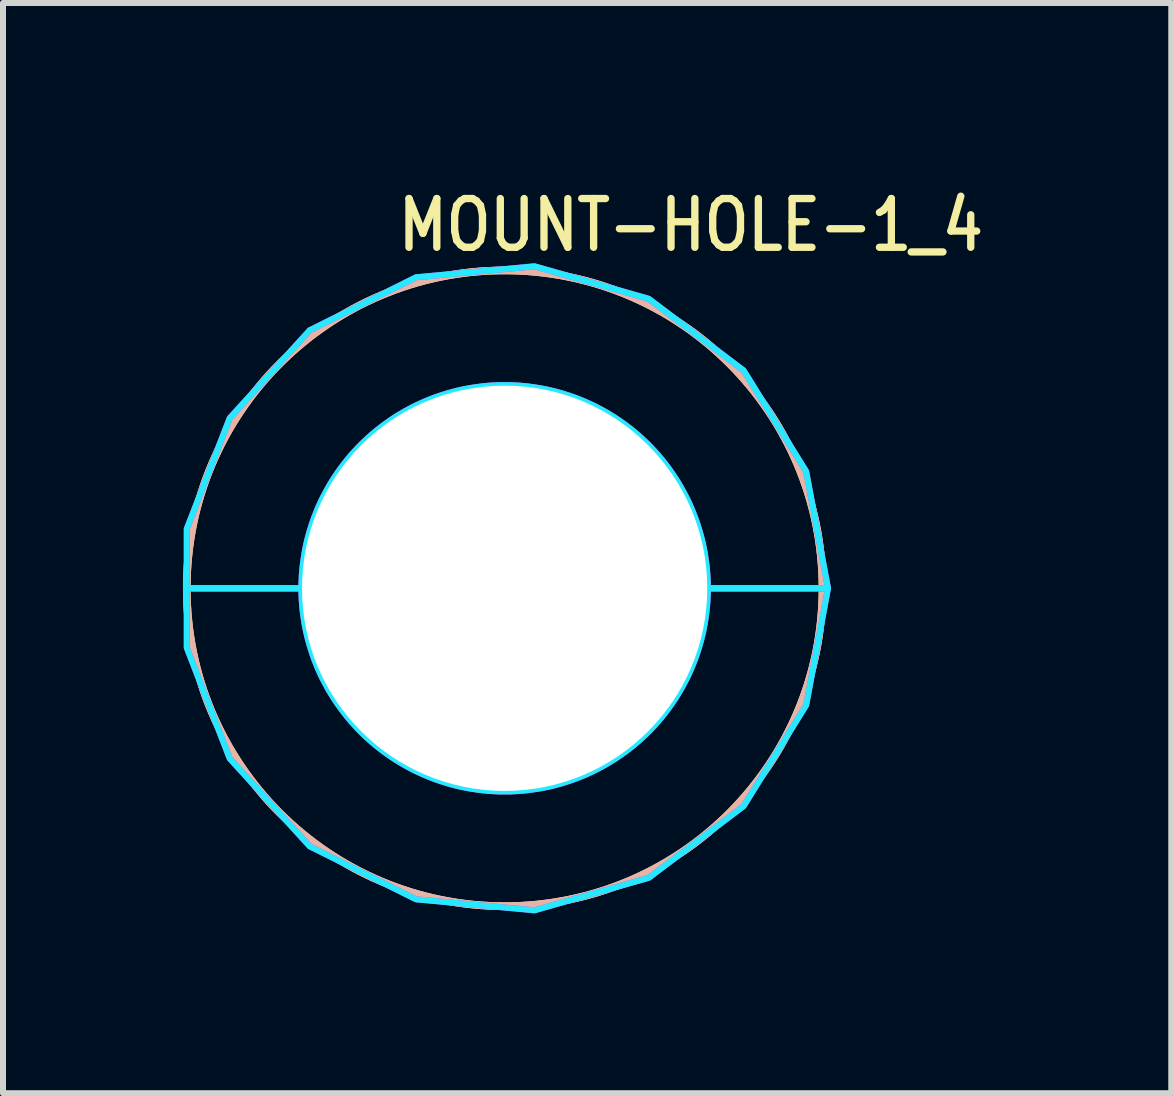
<source format=kicad_pcb>
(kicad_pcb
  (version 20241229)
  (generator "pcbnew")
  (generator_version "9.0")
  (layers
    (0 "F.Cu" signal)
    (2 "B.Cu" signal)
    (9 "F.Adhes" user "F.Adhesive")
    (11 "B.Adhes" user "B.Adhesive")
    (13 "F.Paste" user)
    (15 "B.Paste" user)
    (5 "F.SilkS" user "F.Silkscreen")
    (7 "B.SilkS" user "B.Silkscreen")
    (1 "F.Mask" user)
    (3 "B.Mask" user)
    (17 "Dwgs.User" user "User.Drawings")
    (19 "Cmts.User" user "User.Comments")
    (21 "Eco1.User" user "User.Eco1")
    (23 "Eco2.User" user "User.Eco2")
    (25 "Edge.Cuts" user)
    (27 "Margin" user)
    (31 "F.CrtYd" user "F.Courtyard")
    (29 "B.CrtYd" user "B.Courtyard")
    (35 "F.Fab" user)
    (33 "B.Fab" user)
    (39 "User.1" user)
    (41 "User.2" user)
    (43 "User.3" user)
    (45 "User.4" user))
  (footprint "MOUNT-HOLE-1_4"
    (layer "F.Cu")
    (at 5.364 6.759)
    (property "Reference" "MOUNT-HOLE-1_4" (at -1.84 -5.58 0) (unlocked yes) (layer "F.SilkS") (effects (font (size 0.813 0.695) (thickness 0.122)) (justify left bottom)))
    (fp_circle (center 0 0) (end 5.067 0) (stroke (width 0) (type solid)) (fill yes) (layer "F.Mask"))
    (fp_circle (center 0 0) (end 5.3 0) (stroke (width 0) (type solid)) (fill yes) (layer "F.Mask"))
    (fp_circle (center 0 0) (end 5.3 0) (stroke (width 0) (type solid)) (fill yes) (layer "F.Mask"))
    (fp_circle (center 0 0) (end 5.067 0) (stroke (width 0) (type solid)) (fill yes) (layer "B.Mask"))
    (fp_circle (center 0 0) (end 5.3 0) (stroke (width 0) (type solid)) (fill yes) (layer "B.Mask"))
    (fp_circle (center 0 0) (end 5.3 0) (stroke (width 0.127) (type solid)) (fill no) (layer "F.SilkS"))
    (fp_circle (center 0 0) (end 5.3 0) (stroke (width 0.127) (type solid)) (fill no) (layer "B.SilkS"))
    (fp_poly (pts (xy -5.3 0) (xy -5.3 -0.991) (xy -4.584 -2.838) (xy -3.249 -4.303) (xy -1.476 -5.186) (xy 0.497 -5.369) (xy 2.403 -4.827) (xy 3.985 -3.632) (xy 5.028 -1.948) (xy 5.392 0) (xy 3.388 0) (xy 3.388 -0.000078) (xy 3.388 -0.053) (xy 3.388 -0.053) (xy 3.387 -0.106) (xy 3.387 -0.107) (xy 3.384 -0.16) (xy 3.384 -0.16) (xy 3.382 -0.213) (xy 3.382 -0.213) (xy 3.378 -0.266) (xy 3.378 -0.266) (xy 3.373 -0.319) (xy 3.373 -0.319) (xy 3.368 -0.372) (xy 3.368 -0.372) (xy 3.361 -0.425) (xy 3.361 -0.425) (xy 3.354 -0.477) (xy 3.354 -0.477) (xy 3.346 -0.53) (xy 3.346 -0.53) (xy 3.338 -0.582) (xy 3.338 -0.583) (xy 3.328 -0.635) (xy 3.328 -0.635) (xy 3.318 -0.687) (xy 3.318 -0.687) (xy 3.307 -0.739) (xy 3.307 -0.739) (xy 3.295 -0.791) (xy 3.295 -0.791) (xy 3.282 -0.843) (xy 3.282 -0.843) (xy 3.268 -0.894) (xy 3.268 -0.894) (xy 3.254 -0.945) (xy 3.254 -0.945) (xy 3.238 -0.996) (xy 3.238 -0.996) (xy 3.222 -1.047) (xy 3.222 -1.047) (xy 3.206 -1.097) (xy 3.205 -1.098) (xy 3.188 -1.148) (xy 3.188 -1.148) (xy 3.17 -1.198) (xy 3.169 -1.198) (xy 3.15 -1.247) (xy 3.15 -1.247) (xy 3.13 -1.297) (xy 3.13 -1.297) (xy 3.11 -1.346) (xy 3.11 -1.346) (xy 3.088 -1.394) (xy 3.088 -1.394) (xy 3.066 -1.443) (xy 3.066 -1.443) (xy 3.043 -1.491) (xy 3.043 -1.491) (xy 3.019 -1.538) (xy 3.019 -1.538) (xy 2.994 -1.585) (xy 2.994 -1.586) (xy 2.969 -1.632) (xy 2.969 -1.632) (xy 2.943 -1.679) (xy 2.943 -1.679) (xy 2.916 -1.725) (xy 2.916 -1.725) (xy 2.889 -1.77) (xy 2.889 -1.77) (xy 2.861 -1.815) (xy 2.861 -1.816) (xy 2.832 -1.86) (xy 2.832 -1.86) (xy 2.802 -1.904) (xy 2.802 -1.905) (xy 2.772 -1.948) (xy 2.772 -1.948) (xy 2.741 -1.991) (xy 2.741 -1.992) (xy 2.71 -2.034) (xy 2.709 -2.034) (xy 2.677 -2.077) (xy 2.677 -2.077) (xy 2.644 -2.118) (xy 2.644 -2.119) (xy 2.611 -2.16) (xy 2.611 -2.16) (xy 2.576 -2.2) (xy 2.576 -2.201) (xy 2.542 -2.241) (xy 2.541 -2.241) (xy 2.506 -2.28) (xy 2.506 -2.28) (xy 2.47 -2.319) (xy 2.47 -2.319) (xy 2.433 -2.358) (xy 2.433 -2.358) (xy 2.396 -2.396) (xy 2.396 -2.396) (xy 2.358 -2.433) (xy 2.358 -2.433) (xy 2.319 -2.47) (xy 2.319 -2.47) (xy 2.28 -2.506) (xy 2.28 -2.506) (xy 2.241 -2.541) (xy 2.241 -2.542) (xy 2.201 -2.576) (xy 2.2 -2.576) (xy 2.16 -2.611) (xy 2.16 -2.611) (xy 2.119 -2.644) (xy 2.118 -2.644) (xy 2.077 -2.677) (xy 2.077 -2.677) (xy 2.034 -2.709) (xy 2.034 -2.71) (xy 1.992 -2.741) (xy 1.991 -2.741) (xy 1.948 -2.772) (xy 1.948 -2.772) (xy 1.905 -2.802) (xy 1.904 -2.802) (xy 1.86 -2.832) (xy 1.86 -2.832) (xy 1.816 -2.861) (xy 1.815 -2.861) (xy 1.77 -2.889) (xy 1.77 -2.889) (xy 1.725 -2.916) (xy 1.725 -2.916) (xy 1.679 -2.943) (xy 1.679 -2.943) (xy 1.632 -2.969) (xy 1.632 -2.969) (xy 1.586 -2.994) (xy 1.585 -2.994) (xy 1.538 -3.019) (xy 1.538 -3.019) (xy 1.491 -3.043) (xy 1.491 -3.043) (xy 1.443 -3.066) (xy 1.443 -3.066) (xy 1.394 -3.088) (xy 1.394 -3.088) (xy 1.346 -3.11) (xy 1.346 -3.11) (xy 1.297 -3.13) (xy 1.297 -3.13) (xy 1.247 -3.15) (xy 1.247 -3.15) (xy 1.198 -3.169) (xy 1.198 -3.17) (xy 1.148 -3.188) (xy 1.148 -3.188) (xy 1.098 -3.205) (xy 1.097 -3.206) (xy 1.047 -3.222) (xy 1.047 -3.222) (xy 0.996 -3.238) (xy 0.996 -3.238) (xy 0.945 -3.254) (xy 0.945 -3.254) (xy 0.894 -3.268) (xy 0.894 -3.268) (xy 0.843 -3.282) (xy 0.843 -3.282) (xy 0.791 -3.295) (xy 0.791 -3.295) (xy 0.739 -3.307) (xy 0.739 -3.307) (xy 0.687 -3.318) (xy 0.687 -3.318) (xy 0.635 -3.328) (xy 0.635 -3.328) (xy 0.583 -3.338) (xy 0.582 -3.338) (xy 0.53 -3.346) (xy 0.53 -3.346) (xy 0.477 -3.354) (xy 0.477 -3.354) (xy 0.425 -3.361) (xy 0.425 -3.361) (xy 0.372 -3.368) (xy 0.372 -3.368) (xy 0.319 -3.373) (xy 0.319 -3.373) (xy 0.266 -3.378) (xy 0.266 -3.378) (xy 0.213 -3.382) (xy 0.213 -3.382) (xy 0.16 -3.384) (xy 0.16 -3.384) (xy 0.107 -3.387) (xy 0.106 -3.387) (xy 0.053 -3.388) (xy 0.053 -3.388) (xy 0.000078 -3.388) (xy -0.000078 -3.388) (xy -0.053 -3.388) (xy -0.053 -3.388) (xy -0.106 -3.387) (xy -0.107 -3.387) (xy -0.16 -3.384) (xy -0.16 -3.384) (xy -0.213 -3.382) (xy -0.213 -3.382) (xy -0.266 -3.378) (xy -0.266 -3.378) (xy -0.319 -3.373) (xy -0.319 -3.373) (xy -0.372 -3.368) (xy -0.372 -3.368) (xy -0.425 -3.361) (xy -0.425 -3.361) (xy -0.477 -3.354) (xy -0.477 -3.354) (xy -0.53 -3.346) (xy -0.53 -3.346) (xy -0.582 -3.338) (xy -0.583 -3.338) (xy -0.635 -3.328) (xy -0.635 -3.328) (xy -0.687 -3.318) (xy -0.687 -3.318) (xy -0.739 -3.307) (xy -0.739 -3.307) (xy -0.791 -3.295) (xy -0.791 -3.295) (xy -0.843 -3.282) (xy -0.843 -3.282) (xy -0.894 -3.268) (xy -0.894 -3.268) (xy -0.945 -3.254) (xy -0.945 -3.254) (xy -0.996 -3.238) (xy -0.996 -3.238) (xy -1.047 -3.222) (xy -1.047 -3.222) (xy -1.097 -3.206) (xy -1.098 -3.205) (xy -1.148 -3.188) (xy -1.148 -3.188) (xy -1.198 -3.17) (xy -1.198 -3.169) (xy -1.247 -3.15) (xy -1.247 -3.15) (xy -1.297 -3.13) (xy -1.297 -3.13) (xy -1.346 -3.11) (xy -1.346 -3.11) (xy -1.394 -3.088) (xy -1.394 -3.088) (xy -1.443 -3.066) (xy -1.443 -3.066) (xy -1.491 -3.043) (xy -1.491 -3.043) (xy -1.538 -3.019) (xy -1.538 -3.019) (xy -1.585 -2.994) (xy -1.586 -2.994) (xy -1.632 -2.969) (xy -1.632 -2.969) (xy -1.679 -2.943) (xy -1.679 -2.943) (xy -1.725 -2.916) (xy -1.725 -2.916) (xy -1.77 -2.889) (xy -1.77 -2.889) (xy -1.815 -2.861) (xy -1.816 -2.861) (xy -1.86 -2.832) (xy -1.86 -2.832) (xy -1.904 -2.802) (xy -1.905 -2.802) (xy -1.948 -2.772) (xy -1.948 -2.772) (xy -1.991 -2.741) (xy -1.992 -2.741) (xy -2.034 -2.71) (xy -2.034 -2.709) (xy -2.077 -2.677) (xy -2.077 -2.677) (xy -2.118 -2.644) (xy -2.119 -2.644) (xy -2.16 -2.611) (xy -2.16 -2.611) (xy -2.2 -2.576) (xy -2.201 -2.576) (xy -2.241 -2.542) (xy -2.241 -2.541) (xy -2.28 -2.506) (xy -2.28 -2.506) (xy -2.319 -2.47) (xy -2.319 -2.47) (xy -2.358 -2.433) (xy -2.358 -2.433) (xy -2.396 -2.396) (xy -2.396 -2.396) (xy -2.433 -2.358) (xy -2.433 -2.358) (xy -2.47 -2.319) (xy -2.47 -2.319) (xy -2.506 -2.28) (xy -2.506 -2.28) (xy -2.541 -2.241) (xy -2.542 -2.241) (xy -2.576 -2.201) (xy -2.576 -2.2) (xy -2.611 -2.16) (xy -2.611 -2.16) (xy -2.644 -2.119) (xy -2.644 -2.118) (xy -2.677 -2.077) (xy -2.677 -2.077) (xy -2.709 -2.034) (xy -2.71 -2.034) (xy -2.741 -1.992) (xy -2.741 -1.991) (xy -2.772 -1.948) (xy -2.772 -1.948) (xy -2.802 -1.905) (xy -2.802 -1.904) (xy -2.832 -1.86) (xy -2.832 -1.86) (xy -2.861 -1.816) (xy -2.861 -1.815) (xy -2.889 -1.77) (xy -2.889 -1.77) (xy -2.916 -1.725) (xy -2.916 -1.725) (xy -2.943 -1.679) (xy -2.943 -1.679) (xy -2.969 -1.632) (xy -2.969 -1.632) (xy -2.994 -1.586) (xy -2.994 -1.585) (xy -3.019 -1.538) (xy -3.019 -1.538) (xy -3.043 -1.491) (xy -3.043 -1.491) (xy -3.066 -1.443) (xy -3.066 -1.443) (xy -3.088 -1.394) (xy -3.088 -1.394) (xy -3.11 -1.346) (xy -3.11 -1.346) (xy -3.13 -1.297) (xy -3.13 -1.297) (xy -3.15 -1.247) (xy -3.15 -1.247) (xy -3.169 -1.198) (xy -3.17 -1.198) (xy -3.188 -1.148) (xy -3.188 -1.148) (xy -3.205 -1.098) (xy -3.206 -1.097) (xy -3.222 -1.047) (xy -3.222 -1.047) (xy -3.238 -0.996) (xy -3.238 -0.996) (xy -3.254 -0.945) (xy -3.254 -0.945) (xy -3.268 -0.894) (xy -3.268 -0.894) (xy -3.282 -0.843) (xy -3.282 -0.843) (xy -3.295 -0.791) (xy -3.295 -0.791) (xy -3.307 -0.739) (xy -3.307 -0.739) (xy -3.318 -0.687) (xy -3.318 -0.687) (xy -3.328 -0.635) (xy -3.328 -0.635) (xy -3.338 -0.583) (xy -3.338 -0.582) (xy -3.346 -0.53) (xy -3.346 -0.53) (xy -3.354 -0.477) (xy -3.354 -0.477) (xy -3.361 -0.425) (xy -3.361 -0.425) (xy -3.368 -0.372) (xy -3.368 -0.372) (xy -3.373 -0.319) (xy -3.373 -0.319) (xy -3.378 -0.266) (xy -3.378 -0.266) (xy -3.382 -0.213) (xy -3.382 -0.213) (xy -3.384 -0.16) (xy -3.384 -0.16) (xy -3.387 -0.107) (xy -3.387 -0.106) (xy -3.388 -0.053) (xy -3.388 -0.053) (xy -3.388 -0.000078) (xy -3.388 0)) (stroke (width 0.1) (type solid)) (fill no) (layer "B.CrtYd"))
    (fp_poly (pts (xy 5.028 1.948) (xy 3.985 3.632) (xy 2.403 4.827) (xy 0.497 5.369) (xy -1.476 5.186) (xy -3.249 4.303) (xy -4.584 2.838) (xy -5.3 0.991) (xy -5.3 0) (xy -3.388 0) (xy -3.388 0.000078) (xy -3.388 0.053) (xy -3.388 0.053) (xy -3.387 0.106) (xy -3.387 0.107) (xy -3.384 0.16) (xy -3.384 0.16) (xy -3.382 0.213) (xy -3.382 0.213) (xy -3.378 0.266) (xy -3.378 0.266) (xy -3.373 0.319) (xy -3.373 0.319) (xy -3.368 0.372) (xy -3.368 0.372) (xy -3.361 0.425) (xy -3.361 0.425) (xy -3.354 0.477) (xy -3.354 0.477) (xy -3.346 0.53) (xy -3.346 0.53) (xy -3.338 0.582) (xy -3.338 0.583) (xy -3.328 0.635) (xy -3.328 0.635) (xy -3.318 0.687) (xy -3.318 0.687) (xy -3.307 0.739) (xy -3.307 0.739) (xy -3.295 0.791) (xy -3.295 0.791) (xy -3.282 0.843) (xy -3.282 0.843) (xy -3.268 0.894) (xy -3.268 0.894) (xy -3.254 0.945) (xy -3.254 0.945) (xy -3.238 0.996) (xy -3.238 0.996) (xy -3.222 1.047) (xy -3.222 1.047) (xy -3.206 1.097) (xy -3.205 1.098) (xy -3.188 1.148) (xy -3.188 1.148) (xy -3.17 1.198) (xy -3.169 1.198) (xy -3.15 1.247) (xy -3.15 1.247) (xy -3.13 1.297) (xy -3.13 1.297) (xy -3.11 1.346) (xy -3.11 1.346) (xy -3.088 1.394) (xy -3.088 1.394) (xy -3.066 1.443) (xy -3.066 1.443) (xy -3.043 1.491) (xy -3.043 1.491) (xy -3.019 1.538) (xy -3.019 1.538) (xy -2.994 1.585) (xy -2.994 1.586) (xy -2.969 1.632) (xy -2.969 1.632) (xy -2.943 1.679) (xy -2.943 1.679) (xy -2.916 1.725) (xy -2.916 1.725) (xy -2.889 1.77) (xy -2.889 1.77) (xy -2.861 1.815) (xy -2.861 1.816) (xy -2.832 1.86) (xy -2.832 1.86) (xy -2.802 1.904) (xy -2.802 1.905) (xy -2.772 1.948) (xy -2.772 1.948) (xy -2.741 1.991) (xy -2.741 1.992) (xy -2.71 2.034) (xy -2.709 2.034) (xy -2.677 2.077) (xy -2.677 2.077) (xy -2.644 2.118) (xy -2.644 2.119) (xy -2.611 2.16) (xy -2.611 2.16) (xy -2.576 2.2) (xy -2.576 2.201) (xy -2.542 2.241) (xy -2.541 2.241) (xy -2.506 2.28) (xy -2.506 2.28) (xy -2.47 2.319) (xy -2.47 2.319) (xy -2.433 2.358) (xy -2.433 2.358) (xy -2.396 2.396) (xy -2.396 2.396) (xy -2.358 2.433) (xy -2.358 2.433) (xy -2.319 2.47) (xy -2.319 2.47) (xy -2.28 2.506) (xy -2.28 2.506) (xy -2.241 2.541) (xy -2.241 2.542) (xy -2.201 2.576) (xy -2.2 2.576) (xy -2.16 2.611) (xy -2.16 2.611) (xy -2.119 2.644) (xy -2.118 2.644) (xy -2.077 2.677) (xy -2.077 2.677) (xy -2.034 2.709) (xy -2.034 2.71) (xy -1.992 2.741) (xy -1.991 2.741) (xy -1.948 2.772) (xy -1.948 2.772) (xy -1.905 2.802) (xy -1.904 2.802) (xy -1.86 2.832) (xy -1.86 2.832) (xy -1.816 2.861) (xy -1.815 2.861) (xy -1.77 2.889) (xy -1.77 2.889) (xy -1.725 2.916) (xy -1.725 2.916) (xy -1.679 2.943) (xy -1.679 2.943) (xy -1.632 2.969) (xy -1.632 2.969) (xy -1.586 2.994) (xy -1.585 2.994) (xy -1.538 3.019) (xy -1.538 3.019) (xy -1.491 3.043) (xy -1.491 3.043) (xy -1.443 3.066) (xy -1.443 3.066) (xy -1.394 3.088) (xy -1.394 3.088) (xy -1.346 3.11) (xy -1.346 3.11) (xy -1.297 3.13) (xy -1.297 3.13) (xy -1.247 3.15) (xy -1.247 3.15) (xy -1.198 3.169) (xy -1.198 3.17) (xy -1.148 3.188) (xy -1.148 3.188) (xy -1.098 3.205) (xy -1.097 3.206) (xy -1.047 3.222) (xy -1.047 3.222) (xy -0.996 3.238) (xy -0.996 3.238) (xy -0.945 3.254) (xy -0.945 3.254) (xy -0.894 3.268) (xy -0.894 3.268) (xy -0.843 3.282) (xy -0.843 3.282) (xy -0.791 3.295) (xy -0.791 3.295) (xy -0.739 3.307) (xy -0.739 3.307) (xy -0.687 3.318) (xy -0.687 3.318) (xy -0.635 3.328) (xy -0.635 3.328) (xy -0.583 3.338) (xy -0.582 3.338) (xy -0.53 3.346) (xy -0.53 3.346) (xy -0.477 3.354) (xy -0.477 3.354) (xy -0.425 3.361) (xy -0.425 3.361) (xy -0.372 3.368) (xy -0.372 3.368) (xy -0.319 3.373) (xy -0.319 3.373) (xy -0.266 3.378) (xy -0.266 3.378) (xy -0.213 3.382) (xy -0.213 3.382) (xy -0.16 3.384) (xy -0.16 3.384) (xy -0.107 3.387) (xy -0.106 3.387) (xy -0.053 3.388) (xy -0.053 3.388) (xy -0.000078 3.388) (xy 0.000078 3.388) (xy 0.053 3.388) (xy 0.053 3.388) (xy 0.106 3.387) (xy 0.107 3.387) (xy 0.16 3.384) (xy 0.16 3.384) (xy 0.213 3.382) (xy 0.213 3.382) (xy 0.266 3.378) (xy 0.266 3.378) (xy 0.319 3.373) (xy 0.319 3.373) (xy 0.372 3.368) (xy 0.372 3.368) (xy 0.425 3.361) (xy 0.425 3.361) (xy 0.477 3.354) (xy 0.477 3.354) (xy 0.53 3.346) (xy 0.53 3.346) (xy 0.582 3.338) (xy 0.583 3.338) (xy 0.635 3.328) (xy 0.635 3.328) (xy 0.687 3.318) (xy 0.687 3.318) (xy 0.739 3.307) (xy 0.739 3.307) (xy 0.791 3.295) (xy 0.791 3.295) (xy 0.843 3.282) (xy 0.843 3.282) (xy 0.894 3.268) (xy 0.894 3.268) (xy 0.945 3.254) (xy 0.945 3.254) (xy 0.996 3.238) (xy 0.996 3.238) (xy 1.047 3.222) (xy 1.047 3.222) (xy 1.097 3.206) (xy 1.098 3.205) (xy 1.148 3.188) (xy 1.148 3.188) (xy 1.198 3.17) (xy 1.198 3.169) (xy 1.247 3.15) (xy 1.247 3.15) (xy 1.297 3.13) (xy 1.297 3.13) (xy 1.346 3.11) (xy 1.346 3.11) (xy 1.394 3.088) (xy 1.394 3.088) (xy 1.443 3.066) (xy 1.443 3.066) (xy 1.491 3.043) (xy 1.491 3.043) (xy 1.538 3.019) (xy 1.538 3.019) (xy 1.585 2.994) (xy 1.586 2.994) (xy 1.632 2.969) (xy 1.632 2.969) (xy 1.679 2.943) (xy 1.679 2.943) (xy 1.725 2.916) (xy 1.725 2.916) (xy 1.77 2.889) (xy 1.77 2.889) (xy 1.815 2.861) (xy 1.816 2.861) (xy 1.86 2.832) (xy 1.86 2.832) (xy 1.904 2.802) (xy 1.905 2.802) (xy 1.948 2.772) (xy 1.948 2.772) (xy 1.991 2.741) (xy 1.992 2.741) (xy 2.034 2.71) (xy 2.034 2.709) (xy 2.077 2.677) (xy 2.077 2.677) (xy 2.118 2.644) (xy 2.119 2.644) (xy 2.16 2.611) (xy 2.16 2.611) (xy 2.2 2.576) (xy 2.201 2.576) (xy 2.241 2.542) (xy 2.241 2.541) (xy 2.28 2.506) (xy 2.28 2.506) (xy 2.319 2.47) (xy 2.319 2.47) (xy 2.358 2.433) (xy 2.358 2.433) (xy 2.396 2.396) (xy 2.396 2.396) (xy 2.433 2.358) (xy 2.433 2.358) (xy 2.47 2.319) (xy 2.47 2.319) (xy 2.506 2.28) (xy 2.506 2.28) (xy 2.541 2.241) (xy 2.542 2.241) (xy 2.576 2.201) (xy 2.576 2.2) (xy 2.611 2.16) (xy 2.611 2.16) (xy 2.644 2.119) (xy 2.644 2.118) (xy 2.677 2.077) (xy 2.677 2.077) (xy 2.709 2.034) (xy 2.71 2.034) (xy 2.741 1.992) (xy 2.741 1.991) (xy 2.772 1.948) (xy 2.772 1.948) (xy 2.802 1.905) (xy 2.802 1.904) (xy 2.832 1.86) (xy 2.832 1.86) (xy 2.861 1.816) (xy 2.861 1.815) (xy 2.889 1.77) (xy 2.889 1.77) (xy 2.916 1.725) (xy 2.916 1.725) (xy 2.943 1.679) (xy 2.943 1.679) (xy 2.969 1.632) (xy 2.969 1.632) (xy 2.994 1.586) (xy 2.994 1.585) (xy 3.019 1.538) (xy 3.019 1.538) (xy 3.043 1.491) (xy 3.043 1.491) (xy 3.066 1.443) (xy 3.066 1.443) (xy 3.088 1.394) (xy 3.088 1.394) (xy 3.11 1.346) (xy 3.11 1.346) (xy 3.13 1.297) (xy 3.13 1.297) (xy 3.15 1.247) (xy 3.15 1.247) (xy 3.169 1.198) (xy 3.17 1.198) (xy 3.188 1.148) (xy 3.188 1.148) (xy 3.205 1.098) (xy 3.206 1.097) (xy 3.222 1.047) (xy 3.222 1.047) (xy 3.238 0.996) (xy 3.238 0.996) (xy 3.254 0.945) (xy 3.254 0.945) (xy 3.268 0.894) (xy 3.268 0.894) (xy 3.282 0.843) (xy 3.282 0.843) (xy 3.295 0.791) (xy 3.295 0.791) (xy 3.307 0.739) (xy 3.307 0.739) (xy 3.318 0.687) (xy 3.318 0.687) (xy 3.328 0.635) (xy 3.328 0.635) (xy 3.338 0.583) (xy 3.338 0.582) (xy 3.346 0.53) (xy 3.346 0.53) (xy 3.354 0.477) (xy 3.354 0.477) (xy 3.361 0.425) (xy 3.361 0.425) (xy 3.368 0.372) (xy 3.368 0.372) (xy 3.373 0.319) (xy 3.373 0.319) (xy 3.378 0.266) (xy 3.378 0.266) (xy 3.382 0.213) (xy 3.382 0.213) (xy 3.384 0.16) (xy 3.384 0.16) (xy 3.387 0.107) (xy 3.387 0.106) (xy 3.388 0.053) (xy 3.388 0.053) (xy 3.388 0.000078) (xy 3.388 0) (xy 5.392 0)) (stroke (width 0.1) (type solid)) (fill no) (layer "B.CrtYd"))
    (fp_poly (pts (xy -5.3 0) (xy -5.3 -0.991) (xy -4.584 -2.838) (xy -3.249 -4.303) (xy -1.476 -5.186) (xy 0.497 -5.369) (xy 2.403 -4.827) (xy 3.985 -3.632) (xy 5.028 -1.948) (xy 5.392 0) (xy 3.388 0) (xy 3.388 -0.000078) (xy 3.388 -0.053) (xy 3.388 -0.053) (xy 3.387 -0.106) (xy 3.387 -0.107) (xy 3.384 -0.16) (xy 3.384 -0.16) (xy 3.382 -0.213) (xy 3.382 -0.213) (xy 3.378 -0.266) (xy 3.378 -0.266) (xy 3.373 -0.319) (xy 3.373 -0.319) (xy 3.368 -0.372) (xy 3.368 -0.372) (xy 3.361 -0.425) (xy 3.361 -0.425) (xy 3.354 -0.477) (xy 3.354 -0.477) (xy 3.346 -0.53) (xy 3.346 -0.53) (xy 3.338 -0.582) (xy 3.338 -0.583) (xy 3.328 -0.635) (xy 3.328 -0.635) (xy 3.318 -0.687) (xy 3.318 -0.687) (xy 3.307 -0.739) (xy 3.307 -0.739) (xy 3.295 -0.791) (xy 3.295 -0.791) (xy 3.282 -0.843) (xy 3.282 -0.843) (xy 3.268 -0.894) (xy 3.268 -0.894) (xy 3.254 -0.945) (xy 3.254 -0.945) (xy 3.238 -0.996) (xy 3.238 -0.996) (xy 3.222 -1.047) (xy 3.222 -1.047) (xy 3.206 -1.097) (xy 3.205 -1.098) (xy 3.188 -1.148) (xy 3.188 -1.148) (xy 3.17 -1.198) (xy 3.169 -1.198) (xy 3.15 -1.247) (xy 3.15 -1.247) (xy 3.13 -1.297) (xy 3.13 -1.297) (xy 3.11 -1.346) (xy 3.11 -1.346) (xy 3.088 -1.394) (xy 3.088 -1.394) (xy 3.066 -1.443) (xy 3.066 -1.443) (xy 3.043 -1.491) (xy 3.043 -1.491) (xy 3.019 -1.538) (xy 3.019 -1.538) (xy 2.994 -1.585) (xy 2.994 -1.586) (xy 2.969 -1.632) (xy 2.969 -1.632) (xy 2.943 -1.679) (xy 2.943 -1.679) (xy 2.916 -1.725) (xy 2.916 -1.725) (xy 2.889 -1.77) (xy 2.889 -1.77) (xy 2.861 -1.815) (xy 2.861 -1.816) (xy 2.832 -1.86) (xy 2.832 -1.86) (xy 2.802 -1.904) (xy 2.802 -1.905) (xy 2.772 -1.948) (xy 2.772 -1.948) (xy 2.741 -1.991) (xy 2.741 -1.992) (xy 2.71 -2.034) (xy 2.709 -2.034) (xy 2.677 -2.077) (xy 2.677 -2.077) (xy 2.644 -2.118) (xy 2.644 -2.119) (xy 2.611 -2.16) (xy 2.611 -2.16) (xy 2.576 -2.2) (xy 2.576 -2.201) (xy 2.542 -2.241) (xy 2.541 -2.241) (xy 2.506 -2.28) (xy 2.506 -2.28) (xy 2.47 -2.319) (xy 2.47 -2.319) (xy 2.433 -2.358) (xy 2.433 -2.358) (xy 2.396 -2.396) (xy 2.396 -2.396) (xy 2.358 -2.433) (xy 2.358 -2.433) (xy 2.319 -2.47) (xy 2.319 -2.47) (xy 2.28 -2.506) (xy 2.28 -2.506) (xy 2.241 -2.541) (xy 2.241 -2.542) (xy 2.201 -2.576) (xy 2.2 -2.576) (xy 2.16 -2.611) (xy 2.16 -2.611) (xy 2.119 -2.644) (xy 2.118 -2.644) (xy 2.077 -2.677) (xy 2.077 -2.677) (xy 2.034 -2.709) (xy 2.034 -2.71) (xy 1.992 -2.741) (xy 1.991 -2.741) (xy 1.948 -2.772) (xy 1.948 -2.772) (xy 1.905 -2.802) (xy 1.904 -2.802) (xy 1.86 -2.832) (xy 1.86 -2.832) (xy 1.816 -2.861) (xy 1.815 -2.861) (xy 1.77 -2.889) (xy 1.77 -2.889) (xy 1.725 -2.916) (xy 1.725 -2.916) (xy 1.679 -2.943) (xy 1.679 -2.943) (xy 1.632 -2.969) (xy 1.632 -2.969) (xy 1.586 -2.994) (xy 1.585 -2.994) (xy 1.538 -3.019) (xy 1.538 -3.019) (xy 1.491 -3.043) (xy 1.491 -3.043) (xy 1.443 -3.066) (xy 1.443 -3.066) (xy 1.394 -3.088) (xy 1.394 -3.088) (xy 1.346 -3.11) (xy 1.346 -3.11) (xy 1.297 -3.13) (xy 1.297 -3.13) (xy 1.247 -3.15) (xy 1.247 -3.15) (xy 1.198 -3.169) (xy 1.198 -3.17) (xy 1.148 -3.188) (xy 1.148 -3.188) (xy 1.098 -3.205) (xy 1.097 -3.206) (xy 1.047 -3.222) (xy 1.047 -3.222) (xy 0.996 -3.238) (xy 0.996 -3.238) (xy 0.945 -3.254) (xy 0.945 -3.254) (xy 0.894 -3.268) (xy 0.894 -3.268) (xy 0.843 -3.282) (xy 0.843 -3.282) (xy 0.791 -3.295) (xy 0.791 -3.295) (xy 0.739 -3.307) (xy 0.739 -3.307) (xy 0.687 -3.318) (xy 0.687 -3.318) (xy 0.635 -3.328) (xy 0.635 -3.328) (xy 0.583 -3.338) (xy 0.582 -3.338) (xy 0.53 -3.346) (xy 0.53 -3.346) (xy 0.477 -3.354) (xy 0.477 -3.354) (xy 0.425 -3.361) (xy 0.425 -3.361) (xy 0.372 -3.368) (xy 0.372 -3.368) (xy 0.319 -3.373) (xy 0.319 -3.373) (xy 0.266 -3.378) (xy 0.266 -3.378) (xy 0.213 -3.382) (xy 0.213 -3.382) (xy 0.16 -3.384) (xy 0.16 -3.384) (xy 0.107 -3.387) (xy 0.106 -3.387) (xy 0.053 -3.388) (xy 0.053 -3.388) (xy 0.000078 -3.388) (xy -0.000078 -3.388) (xy -0.053 -3.388) (xy -0.053 -3.388) (xy -0.106 -3.387) (xy -0.107 -3.387) (xy -0.16 -3.384) (xy -0.16 -3.384) (xy -0.213 -3.382) (xy -0.213 -3.382) (xy -0.266 -3.378) (xy -0.266 -3.378) (xy -0.319 -3.373) (xy -0.319 -3.373) (xy -0.372 -3.368) (xy -0.372 -3.368) (xy -0.425 -3.361) (xy -0.425 -3.361) (xy -0.477 -3.354) (xy -0.477 -3.354) (xy -0.53 -3.346) (xy -0.53 -3.346) (xy -0.582 -3.338) (xy -0.583 -3.338) (xy -0.635 -3.328) (xy -0.635 -3.328) (xy -0.687 -3.318) (xy -0.687 -3.318) (xy -0.739 -3.307) (xy -0.739 -3.307) (xy -0.791 -3.295) (xy -0.791 -3.295) (xy -0.843 -3.282) (xy -0.843 -3.282) (xy -0.894 -3.268) (xy -0.894 -3.268) (xy -0.945 -3.254) (xy -0.945 -3.254) (xy -0.996 -3.238) (xy -0.996 -3.238) (xy -1.047 -3.222) (xy -1.047 -3.222) (xy -1.097 -3.206) (xy -1.098 -3.205) (xy -1.148 -3.188) (xy -1.148 -3.188) (xy -1.198 -3.17) (xy -1.198 -3.169) (xy -1.247 -3.15) (xy -1.247 -3.15) (xy -1.297 -3.13) (xy -1.297 -3.13) (xy -1.346 -3.11) (xy -1.346 -3.11) (xy -1.394 -3.088) (xy -1.394 -3.088) (xy -1.443 -3.066) (xy -1.443 -3.066) (xy -1.491 -3.043) (xy -1.491 -3.043) (xy -1.538 -3.019) (xy -1.538 -3.019) (xy -1.585 -2.994) (xy -1.586 -2.994) (xy -1.632 -2.969) (xy -1.632 -2.969) (xy -1.679 -2.943) (xy -1.679 -2.943) (xy -1.725 -2.916) (xy -1.725 -2.916) (xy -1.77 -2.889) (xy -1.77 -2.889) (xy -1.815 -2.861) (xy -1.816 -2.861) (xy -1.86 -2.832) (xy -1.86 -2.832) (xy -1.904 -2.802) (xy -1.905 -2.802) (xy -1.948 -2.772) (xy -1.948 -2.772) (xy -1.991 -2.741) (xy -1.992 -2.741) (xy -2.034 -2.71) (xy -2.034 -2.709) (xy -2.077 -2.677) (xy -2.077 -2.677) (xy -2.118 -2.644) (xy -2.119 -2.644) (xy -2.16 -2.611) (xy -2.16 -2.611) (xy -2.2 -2.576) (xy -2.201 -2.576) (xy -2.241 -2.542) (xy -2.241 -2.541) (xy -2.28 -2.506) (xy -2.28 -2.506) (xy -2.319 -2.47) (xy -2.319 -2.47) (xy -2.358 -2.433) (xy -2.358 -2.433) (xy -2.396 -2.396) (xy -2.396 -2.396) (xy -2.433 -2.358) (xy -2.433 -2.358) (xy -2.47 -2.319) (xy -2.47 -2.319) (xy -2.506 -2.28) (xy -2.506 -2.28) (xy -2.541 -2.241) (xy -2.542 -2.241) (xy -2.576 -2.201) (xy -2.576 -2.2) (xy -2.611 -2.16) (xy -2.611 -2.16) (xy -2.644 -2.119) (xy -2.644 -2.118) (xy -2.677 -2.077) (xy -2.677 -2.077) (xy -2.709 -2.034) (xy -2.71 -2.034) (xy -2.741 -1.992) (xy -2.741 -1.991) (xy -2.772 -1.948) (xy -2.772 -1.948) (xy -2.802 -1.905) (xy -2.802 -1.904) (xy -2.832 -1.86) (xy -2.832 -1.86) (xy -2.861 -1.816) (xy -2.861 -1.815) (xy -2.889 -1.77) (xy -2.889 -1.77) (xy -2.916 -1.725) (xy -2.916 -1.725) (xy -2.943 -1.679) (xy -2.943 -1.679) (xy -2.969 -1.632) (xy -2.969 -1.632) (xy -2.994 -1.586) (xy -2.994 -1.585) (xy -3.019 -1.538) (xy -3.019 -1.538) (xy -3.043 -1.491) (xy -3.043 -1.491) (xy -3.066 -1.443) (xy -3.066 -1.443) (xy -3.088 -1.394) (xy -3.088 -1.394) (xy -3.11 -1.346) (xy -3.11 -1.346) (xy -3.13 -1.297) (xy -3.13 -1.297) (xy -3.15 -1.247) (xy -3.15 -1.247) (xy -3.169 -1.198) (xy -3.17 -1.198) (xy -3.188 -1.148) (xy -3.188 -1.148) (xy -3.205 -1.098) (xy -3.206 -1.097) (xy -3.222 -1.047) (xy -3.222 -1.047) (xy -3.238 -0.996) (xy -3.238 -0.996) (xy -3.254 -0.945) (xy -3.254 -0.945) (xy -3.268 -0.894) (xy -3.268 -0.894) (xy -3.282 -0.843) (xy -3.282 -0.843) (xy -3.295 -0.791) (xy -3.295 -0.791) (xy -3.307 -0.739) (xy -3.307 -0.739) (xy -3.318 -0.687) (xy -3.318 -0.687) (xy -3.328 -0.635) (xy -3.328 -0.635) (xy -3.338 -0.583) (xy -3.338 -0.582) (xy -3.346 -0.53) (xy -3.346 -0.53) (xy -3.354 -0.477) (xy -3.354 -0.477) (xy -3.361 -0.425) (xy -3.361 -0.425) (xy -3.368 -0.372) (xy -3.368 -0.372) (xy -3.373 -0.319) (xy -3.373 -0.319) (xy -3.378 -0.266) (xy -3.378 -0.266) (xy -3.382 -0.213) (xy -3.382 -0.213) (xy -3.384 -0.16) (xy -3.384 -0.16) (xy -3.387 -0.107) (xy -3.387 -0.106) (xy -3.388 -0.053) (xy -3.388 -0.053) (xy -3.388 -0.000078) (xy -3.388 0)) (stroke (width 0.1) (type solid)) (fill no) (layer "F.CrtYd"))
    (fp_poly (pts (xy 5.028 1.948) (xy 3.985 3.632) (xy 2.403 4.827) (xy 0.497 5.369) (xy -1.476 5.186) (xy -3.249 4.303) (xy -4.584 2.838) (xy -5.3 0.991) (xy -5.3 0) (xy -3.388 0) (xy -3.388 0.000078) (xy -3.388 0.053) (xy -3.388 0.053) (xy -3.387 0.106) (xy -3.387 0.107) (xy -3.384 0.16) (xy -3.384 0.16) (xy -3.382 0.213) (xy -3.382 0.213) (xy -3.378 0.266) (xy -3.378 0.266) (xy -3.373 0.319) (xy -3.373 0.319) (xy -3.368 0.372) (xy -3.368 0.372) (xy -3.361 0.425) (xy -3.361 0.425) (xy -3.354 0.477) (xy -3.354 0.477) (xy -3.346 0.53) (xy -3.346 0.53) (xy -3.338 0.582) (xy -3.338 0.583) (xy -3.328 0.635) (xy -3.328 0.635) (xy -3.318 0.687) (xy -3.318 0.687) (xy -3.307 0.739) (xy -3.307 0.739) (xy -3.295 0.791) (xy -3.295 0.791) (xy -3.282 0.843) (xy -3.282 0.843) (xy -3.268 0.894) (xy -3.268 0.894) (xy -3.254 0.945) (xy -3.254 0.945) (xy -3.238 0.996) (xy -3.238 0.996) (xy -3.222 1.047) (xy -3.222 1.047) (xy -3.206 1.097) (xy -3.205 1.098) (xy -3.188 1.148) (xy -3.188 1.148) (xy -3.17 1.198) (xy -3.169 1.198) (xy -3.15 1.247) (xy -3.15 1.247) (xy -3.13 1.297) (xy -3.13 1.297) (xy -3.11 1.346) (xy -3.11 1.346) (xy -3.088 1.394) (xy -3.088 1.394) (xy -3.066 1.443) (xy -3.066 1.443) (xy -3.043 1.491) (xy -3.043 1.491) (xy -3.019 1.538) (xy -3.019 1.538) (xy -2.994 1.585) (xy -2.994 1.586) (xy -2.969 1.632) (xy -2.969 1.632) (xy -2.943 1.679) (xy -2.943 1.679) (xy -2.916 1.725) (xy -2.916 1.725) (xy -2.889 1.77) (xy -2.889 1.77) (xy -2.861 1.815) (xy -2.861 1.816) (xy -2.832 1.86) (xy -2.832 1.86) (xy -2.802 1.904) (xy -2.802 1.905) (xy -2.772 1.948) (xy -2.772 1.948) (xy -2.741 1.991) (xy -2.741 1.992) (xy -2.71 2.034) (xy -2.709 2.034) (xy -2.677 2.077) (xy -2.677 2.077) (xy -2.644 2.118) (xy -2.644 2.119) (xy -2.611 2.16) (xy -2.611 2.16) (xy -2.576 2.2) (xy -2.576 2.201) (xy -2.542 2.241) (xy -2.541 2.241) (xy -2.506 2.28) (xy -2.506 2.28) (xy -2.47 2.319) (xy -2.47 2.319) (xy -2.433 2.358) (xy -2.433 2.358) (xy -2.396 2.396) (xy -2.396 2.396) (xy -2.358 2.433) (xy -2.358 2.433) (xy -2.319 2.47) (xy -2.319 2.47) (xy -2.28 2.506) (xy -2.28 2.506) (xy -2.241 2.541) (xy -2.241 2.542) (xy -2.201 2.576) (xy -2.2 2.576) (xy -2.16 2.611) (xy -2.16 2.611) (xy -2.119 2.644) (xy -2.118 2.644) (xy -2.077 2.677) (xy -2.077 2.677) (xy -2.034 2.709) (xy -2.034 2.71) (xy -1.992 2.741) (xy -1.991 2.741) (xy -1.948 2.772) (xy -1.948 2.772) (xy -1.905 2.802) (xy -1.904 2.802) (xy -1.86 2.832) (xy -1.86 2.832) (xy -1.816 2.861) (xy -1.815 2.861) (xy -1.77 2.889) (xy -1.77 2.889) (xy -1.725 2.916) (xy -1.725 2.916) (xy -1.679 2.943) (xy -1.679 2.943) (xy -1.632 2.969) (xy -1.632 2.969) (xy -1.586 2.994) (xy -1.585 2.994) (xy -1.538 3.019) (xy -1.538 3.019) (xy -1.491 3.043) (xy -1.491 3.043) (xy -1.443 3.066) (xy -1.443 3.066) (xy -1.394 3.088) (xy -1.394 3.088) (xy -1.346 3.11) (xy -1.346 3.11) (xy -1.297 3.13) (xy -1.297 3.13) (xy -1.247 3.15) (xy -1.247 3.15) (xy -1.198 3.169) (xy -1.198 3.17) (xy -1.148 3.188) (xy -1.148 3.188) (xy -1.098 3.205) (xy -1.097 3.206) (xy -1.047 3.222) (xy -1.047 3.222) (xy -0.996 3.238) (xy -0.996 3.238) (xy -0.945 3.254) (xy -0.945 3.254) (xy -0.894 3.268) (xy -0.894 3.268) (xy -0.843 3.282) (xy -0.843 3.282) (xy -0.791 3.295) (xy -0.791 3.295) (xy -0.739 3.307) (xy -0.739 3.307) (xy -0.687 3.318) (xy -0.687 3.318) (xy -0.635 3.328) (xy -0.635 3.328) (xy -0.583 3.338) (xy -0.582 3.338) (xy -0.53 3.346) (xy -0.53 3.346) (xy -0.477 3.354) (xy -0.477 3.354) (xy -0.425 3.361) (xy -0.425 3.361) (xy -0.372 3.368) (xy -0.372 3.368) (xy -0.319 3.373) (xy -0.319 3.373) (xy -0.266 3.378) (xy -0.266 3.378) (xy -0.213 3.382) (xy -0.213 3.382) (xy -0.16 3.384) (xy -0.16 3.384) (xy -0.107 3.387) (xy -0.106 3.387) (xy -0.053 3.388) (xy -0.053 3.388) (xy -0.000078 3.388) (xy 0.000078 3.388) (xy 0.053 3.388) (xy 0.053 3.388) (xy 0.106 3.387) (xy 0.107 3.387) (xy 0.16 3.384) (xy 0.16 3.384) (xy 0.213 3.382) (xy 0.213 3.382) (xy 0.266 3.378) (xy 0.266 3.378) (xy 0.319 3.373) (xy 0.319 3.373) (xy 0.372 3.368) (xy 0.372 3.368) (xy 0.425 3.361) (xy 0.425 3.361) (xy 0.477 3.354) (xy 0.477 3.354) (xy 0.53 3.346) (xy 0.53 3.346) (xy 0.582 3.338) (xy 0.583 3.338) (xy 0.635 3.328) (xy 0.635 3.328) (xy 0.687 3.318) (xy 0.687 3.318) (xy 0.739 3.307) (xy 0.739 3.307) (xy 0.791 3.295) (xy 0.791 3.295) (xy 0.843 3.282) (xy 0.843 3.282) (xy 0.894 3.268) (xy 0.894 3.268) (xy 0.945 3.254) (xy 0.945 3.254) (xy 0.996 3.238) (xy 0.996 3.238) (xy 1.047 3.222) (xy 1.047 3.222) (xy 1.097 3.206) (xy 1.098 3.205) (xy 1.148 3.188) (xy 1.148 3.188) (xy 1.198 3.17) (xy 1.198 3.169) (xy 1.247 3.15) (xy 1.247 3.15) (xy 1.297 3.13) (xy 1.297 3.13) (xy 1.346 3.11) (xy 1.346 3.11) (xy 1.394 3.088) (xy 1.394 3.088) (xy 1.443 3.066) (xy 1.443 3.066) (xy 1.491 3.043) (xy 1.491 3.043) (xy 1.538 3.019) (xy 1.538 3.019) (xy 1.585 2.994) (xy 1.586 2.994) (xy 1.632 2.969) (xy 1.632 2.969) (xy 1.679 2.943) (xy 1.679 2.943) (xy 1.725 2.916) (xy 1.725 2.916) (xy 1.77 2.889) (xy 1.77 2.889) (xy 1.815 2.861) (xy 1.816 2.861) (xy 1.86 2.832) (xy 1.86 2.832) (xy 1.904 2.802) (xy 1.905 2.802) (xy 1.948 2.772) (xy 1.948 2.772) (xy 1.991 2.741) (xy 1.992 2.741) (xy 2.034 2.71) (xy 2.034 2.709) (xy 2.077 2.677) (xy 2.077 2.677) (xy 2.118 2.644) (xy 2.119 2.644) (xy 2.16 2.611) (xy 2.16 2.611) (xy 2.2 2.576) (xy 2.201 2.576) (xy 2.241 2.542) (xy 2.241 2.541) (xy 2.28 2.506) (xy 2.28 2.506) (xy 2.319 2.47) (xy 2.319 2.47) (xy 2.358 2.433) (xy 2.358 2.433) (xy 2.396 2.396) (xy 2.396 2.396) (xy 2.433 2.358) (xy 2.433 2.358) (xy 2.47 2.319) (xy 2.47 2.319) (xy 2.506 2.28) (xy 2.506 2.28) (xy 2.541 2.241) (xy 2.542 2.241) (xy 2.576 2.201) (xy 2.576 2.2) (xy 2.611 2.16) (xy 2.611 2.16) (xy 2.644 2.119) (xy 2.644 2.118) (xy 2.677 2.077) (xy 2.677 2.077) (xy 2.709 2.034) (xy 2.71 2.034) (xy 2.741 1.992) (xy 2.741 1.991) (xy 2.772 1.948) (xy 2.772 1.948) (xy 2.802 1.905) (xy 2.802 1.904) (xy 2.832 1.86) (xy 2.832 1.86) (xy 2.861 1.816) (xy 2.861 1.815) (xy 2.889 1.77) (xy 2.889 1.77) (xy 2.916 1.725) (xy 2.916 1.725) (xy 2.943 1.679) (xy 2.943 1.679) (xy 2.969 1.632) (xy 2.969 1.632) (xy 2.994 1.586) (xy 2.994 1.585) (xy 3.019 1.538) (xy 3.019 1.538) (xy 3.043 1.491) (xy 3.043 1.491) (xy 3.066 1.443) (xy 3.066 1.443) (xy 3.088 1.394) (xy 3.088 1.394) (xy 3.11 1.346) (xy 3.11 1.346) (xy 3.13 1.297) (xy 3.13 1.297) (xy 3.15 1.247) (xy 3.15 1.247) (xy 3.169 1.198) (xy 3.17 1.198) (xy 3.188 1.148) (xy 3.188 1.148) (xy 3.205 1.098) (xy 3.206 1.097) (xy 3.222 1.047) (xy 3.222 1.047) (xy 3.238 0.996) (xy 3.238 0.996) (xy 3.254 0.945) (xy 3.254 0.945) (xy 3.268 0.894) (xy 3.268 0.894) (xy 3.282 0.843) (xy 3.282 0.843) (xy 3.295 0.791) (xy 3.295 0.791) (xy 3.307 0.739) (xy 3.307 0.739) (xy 3.318 0.687) (xy 3.318 0.687) (xy 3.328 0.635) (xy 3.328 0.635) (xy 3.338 0.583) (xy 3.338 0.582) (xy 3.346 0.53) (xy 3.346 0.53) (xy 3.354 0.477) (xy 3.354 0.477) (xy 3.361 0.425) (xy 3.361 0.425) (xy 3.368 0.372) (xy 3.368 0.372) (xy 3.373 0.319) (xy 3.373 0.319) (xy 3.378 0.266) (xy 3.378 0.266) (xy 3.382 0.213) (xy 3.382 0.213) (xy 3.384 0.16) (xy 3.384 0.16) (xy 3.387 0.107) (xy 3.387 0.106) (xy 3.388 0.053) (xy 3.388 0.053) (xy 3.388 0.000078) (xy 3.388 0) (xy 5.392 0)) (stroke (width 0.1) (type solid)) (fill no) (layer "F.CrtYd"))
    (pad "" np_thru_hole circle (at 0 0) (size 6.756 6.756) (drill 6.756) (layers "*.Cu" "*.Mask")))
  (gr_rect
    (start -3 -3)
    (end 16.479 15.177)
    (stroke (width 0.1) (type default))
    (fill no)
    (layer "Edge.Cuts")))
</source>
